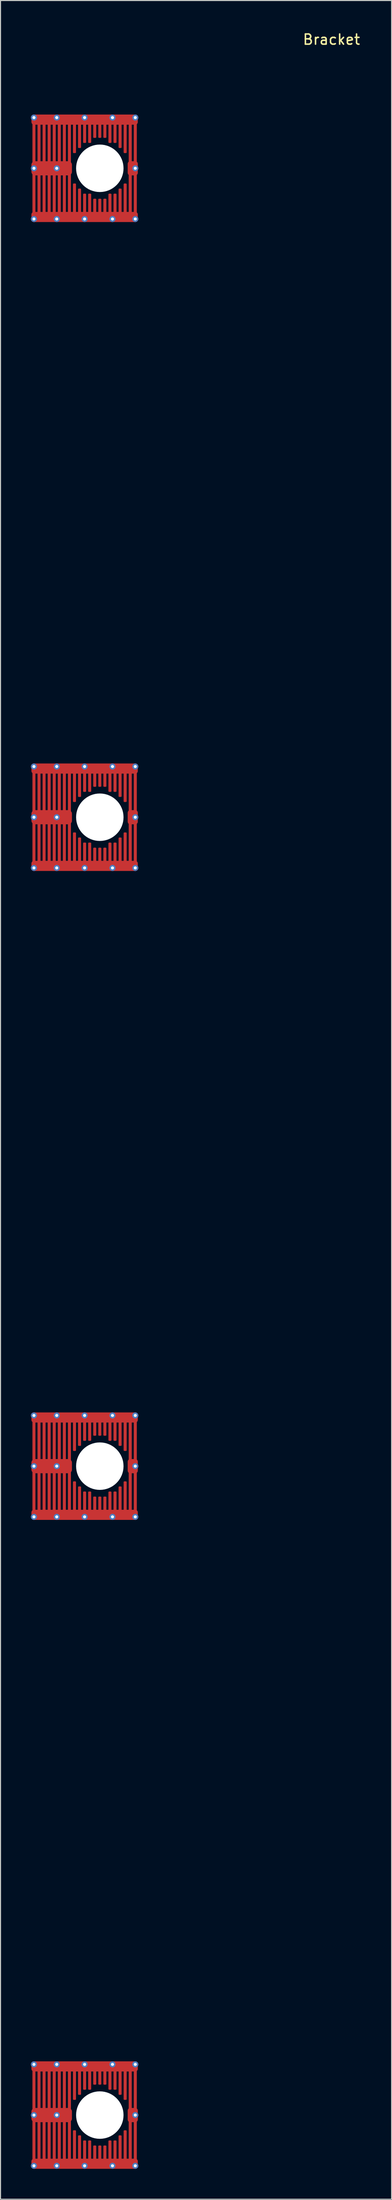
<source format=kicad_pcb>
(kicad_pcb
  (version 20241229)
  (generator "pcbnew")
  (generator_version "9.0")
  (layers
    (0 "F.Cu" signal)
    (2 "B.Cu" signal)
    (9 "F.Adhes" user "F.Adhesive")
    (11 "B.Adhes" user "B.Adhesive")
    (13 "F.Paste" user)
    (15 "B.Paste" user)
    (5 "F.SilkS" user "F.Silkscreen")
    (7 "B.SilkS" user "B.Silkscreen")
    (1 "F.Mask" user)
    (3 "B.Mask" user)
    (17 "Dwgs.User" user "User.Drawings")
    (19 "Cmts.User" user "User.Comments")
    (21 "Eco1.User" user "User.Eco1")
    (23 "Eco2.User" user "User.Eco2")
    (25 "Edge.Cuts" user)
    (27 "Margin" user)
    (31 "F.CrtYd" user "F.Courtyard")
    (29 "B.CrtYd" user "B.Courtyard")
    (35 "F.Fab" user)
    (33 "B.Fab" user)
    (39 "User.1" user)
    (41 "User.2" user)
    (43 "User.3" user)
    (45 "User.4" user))
  (footprint "Bracket"
    (layer "F.Cu")
    (at 6.8 13.548)
    (property "Reference" "Bracket" (at 22.86 -12.7 0) (unlocked yes) (layer "F.SilkS") (effects (font (size 1 1) (thickness 0.15))))
    (attr through_hole)
    (pad "" np_thru_hole circle (at 0 0) (size 4.68 4.68) (drill 4.68) (layers "*.Cu" "*.Mask"))
    (pad "" np_thru_hole circle (at 0 64) (size 4.68 4.68) (drill 4.68) (layers "*.Cu" "*.Mask"))
    (pad "" np_thru_hole circle (at 0 128) (size 4.68 4.68) (drill 4.68) (layers "*.Cu" "*.Mask"))
    (pad "" np_thru_hole circle (at 0 192) (size 4.68 4.68) (drill 4.68) (layers "*.Cu" "*.Mask"))
    (pad "1" thru_hole circle (at -6.5 -5) (size 0.6 0.6) (drill 0.3) (layers "*.Cu" "*.Mask"))
    (pad "1" smd roundrect (at -6.5 -2.5) (size 0.3 4) (layers "F.Cu" "F.Mask") (roundrect_rratio 0.25))
    (pad "1" thru_hole circle (at -6.5 0) (size 0.6 0.6) (drill 0.3) (layers "*.Cu" "*.Mask"))
    (pad "1" smd roundrect (at -6.5 2.5 180) (size 0.3 4) (layers "F.Cu" "F.Mask") (roundrect_rratio 0.25))
    (pad "1" thru_hole circle (at -6.5 5) (size 0.6 0.6) (drill 0.3) (layers "*.Cu" "*.Mask"))
    (pad "1" thru_hole circle (at -6.5 59) (size 0.6 0.6) (drill 0.3) (layers "*.Cu" "*.Mask"))
    (pad "1" smd roundrect (at -6.5 61.5) (size 0.3 4) (layers "F.Cu" "F.Mask") (roundrect_rratio 0.25))
    (pad "1" thru_hole circle (at -6.5 64) (size 0.6 0.6) (drill 0.3) (layers "*.Cu" "*.Mask"))
    (pad "1" smd roundrect (at -6.5 66.5 180) (size 0.3 4) (layers "F.Cu" "F.Mask") (roundrect_rratio 0.25))
    (pad "1" thru_hole circle (at -6.5 69) (size 0.6 0.6) (drill 0.3) (layers "*.Cu" "*.Mask"))
    (pad "1" thru_hole circle (at -6.5 123) (size 0.6 0.6) (drill 0.3) (layers "*.Cu" "*.Mask"))
    (pad "1" smd roundrect (at -6.5 125.5) (size 0.3 4) (layers "F.Cu" "F.Mask") (roundrect_rratio 0.25))
    (pad "1" thru_hole circle (at -6.5 128) (size 0.6 0.6) (drill 0.3) (layers "*.Cu" "*.Mask"))
    (pad "1" smd roundrect (at -6.5 130.5 180) (size 0.3 4) (layers "F.Cu" "F.Mask") (roundrect_rratio 0.25))
    (pad "1" thru_hole circle (at -6.5 133) (size 0.6 0.6) (drill 0.3) (layers "*.Cu" "*.Mask"))
    (pad "1" thru_hole circle (at -6.5 187) (size 0.6 0.6) (drill 0.3) (layers "*.Cu" "*.Mask"))
    (pad "1" smd roundrect (at -6.5 189.5) (size 0.3 4) (layers "F.Cu" "F.Mask") (roundrect_rratio 0.25))
    (pad "1" thru_hole circle (at -6.5 192) (size 0.6 0.6) (drill 0.3) (layers "*.Cu" "*.Mask"))
    (pad "1" smd roundrect (at -6.5 194.5 180) (size 0.3 4) (layers "F.Cu" "F.Mask") (roundrect_rratio 0.25))
    (pad "1" thru_hole circle (at -6.5 197) (size 0.6 0.6) (drill 0.3) (layers "*.Cu" "*.Mask"))
    (pad "1" smd roundrect (at -6 -2.5) (size 0.3 4) (layers "F.Cu" "F.Mask") (roundrect_rratio 0.25))
    (pad "1" smd roundrect (at -6 2.5 180) (size 0.3 4) (layers "F.Cu" "F.Mask") (roundrect_rratio 0.25))
    (pad "1" smd roundrect (at -6 61.5) (size 0.3 4) (layers "F.Cu" "F.Mask") (roundrect_rratio 0.25))
    (pad "1" smd roundrect (at -6 66.5 180) (size 0.3 4) (layers "F.Cu" "F.Mask") (roundrect_rratio 0.25))
    (pad "1" smd roundrect (at -6 125.5) (size 0.3 4) (layers "F.Cu" "F.Mask") (roundrect_rratio 0.25))
    (pad "1" smd roundrect (at -6 130.5 180) (size 0.3 4) (layers "F.Cu" "F.Mask") (roundrect_rratio 0.25))
    (pad "1" smd roundrect (at -6 189.5) (size 0.3 4) (layers "F.Cu" "F.Mask") (roundrect_rratio 0.25))
    (pad "1" smd roundrect (at -6 194.5 180) (size 0.3 4) (layers "F.Cu" "F.Mask") (roundrect_rratio 0.25))
    (pad "1" smd roundrect (at -5.5 -2.5) (size 0.3 4) (layers "F.Cu" "F.Mask") (roundrect_rratio 0.25))
    (pad "1" smd roundrect (at -5.5 2.5 180) (size 0.3 4) (layers "F.Cu" "F.Mask") (roundrect_rratio 0.25))
    (pad "1" smd roundrect (at -5.5 61.5) (size 0.3 4) (layers "F.Cu" "F.Mask") (roundrect_rratio 0.25))
    (pad "1" smd roundrect (at -5.5 66.5 180) (size 0.3 4) (layers "F.Cu" "F.Mask") (roundrect_rratio 0.25))
    (pad "1" smd roundrect (at -5.5 125.5) (size 0.3 4) (layers "F.Cu" "F.Mask") (roundrect_rratio 0.25))
    (pad "1" smd roundrect (at -5.5 130.5 180) (size 0.3 4) (layers "F.Cu" "F.Mask") (roundrect_rratio 0.25))
    (pad "1" smd roundrect (at -5.5 189.5) (size 0.3 4) (layers "F.Cu" "F.Mask") (roundrect_rratio 0.25))
    (pad "1" smd roundrect (at -5.5 194.5 180) (size 0.3 4) (layers "F.Cu" "F.Mask") (roundrect_rratio 0.25))
    (pad "1" smd roundrect (at -5 -2.5) (size 0.3 4) (layers "F.Cu" "F.Mask") (roundrect_rratio 0.25))
    (pad "1" smd roundrect (at -5 2.5 180) (size 0.3 4) (layers "F.Cu" "F.Mask") (roundrect_rratio 0.25))
    (pad "1" smd roundrect (at -5 61.5) (size 0.3 4) (layers "F.Cu" "F.Mask") (roundrect_rratio 0.25))
    (pad "1" smd roundrect (at -5 66.5 180) (size 0.3 4) (layers "F.Cu" "F.Mask") (roundrect_rratio 0.25))
    (pad "1" smd roundrect (at -5 125.5) (size 0.3 4) (layers "F.Cu" "F.Mask") (roundrect_rratio 0.25))
    (pad "1" smd roundrect (at -5 130.5 180) (size 0.3 4) (layers "F.Cu" "F.Mask") (roundrect_rratio 0.25))
    (pad "1" smd roundrect (at -5 189.5) (size 0.3 4) (layers "F.Cu" "F.Mask") (roundrect_rratio 0.25))
    (pad "1" smd roundrect (at -5 194.5 180) (size 0.3 4) (layers "F.Cu" "F.Mask") (roundrect_rratio 0.25))
    (pad "1" smd roundrect (at -4.75 0 180) (size 4 1.4) (layers "F.Cu") (roundrect_rratio 0.25))
    (pad "1" smd roundrect (at -4.75 64 180) (size 4 1.4) (layers "F.Cu") (roundrect_rratio 0.25))
    (pad "1" smd roundrect (at -4.75 128 180) (size 4 1.4) (layers "F.Cu") (roundrect_rratio 0.25))
    (pad "1" smd roundrect (at -4.75 192 180) (size 4 1.4) (layers "F.Cu") (roundrect_rratio 0.25))
    (pad "1" smd roundrect (at -4.5 -2.5) (size 0.3 4) (layers "F.Cu" "F.Mask") (roundrect_rratio 0.25))
    (pad "1" smd roundrect (at -4.5 2.5 180) (size 0.3 4) (layers "F.Cu" "F.Mask") (roundrect_rratio 0.25))
    (pad "1" smd roundrect (at -4.5 61.5) (size 0.3 4) (layers "F.Cu" "F.Mask") (roundrect_rratio 0.25))
    (pad "1" smd roundrect (at -4.5 66.5 180) (size 0.3 4) (layers "F.Cu" "F.Mask") (roundrect_rratio 0.25))
    (pad "1" smd roundrect (at -4.5 125.5) (size 0.3 4) (layers "F.Cu" "F.Mask") (roundrect_rratio 0.25))
    (pad "1" smd roundrect (at -4.5 130.5 180) (size 0.3 4) (layers "F.Cu" "F.Mask") (roundrect_rratio 0.25))
    (pad "1" smd roundrect (at -4.5 189.5) (size 0.3 4) (layers "F.Cu" "F.Mask") (roundrect_rratio 0.25))
    (pad "1" smd roundrect (at -4.5 194.5 180) (size 0.3 4) (layers "F.Cu" "F.Mask") (roundrect_rratio 0.25))
    (pad "1" thru_hole circle (at -4.25 -5) (size 0.6 0.6) (drill 0.3) (layers "*.Cu" "*.Mask"))
    (pad "1" thru_hole circle (at -4.25 0) (size 0.6 0.6) (drill 0.3) (layers "*.Cu" "*.Mask"))
    (pad "1" thru_hole circle (at -4.25 5) (size 0.6 0.6) (drill 0.3) (layers "*.Cu" "*.Mask"))
    (pad "1" thru_hole circle (at -4.25 59) (size 0.6 0.6) (drill 0.3) (layers "*.Cu" "*.Mask"))
    (pad "1" thru_hole circle (at -4.25 64) (size 0.6 0.6) (drill 0.3) (layers "*.Cu" "*.Mask"))
    (pad "1" thru_hole circle (at -4.25 69) (size 0.6 0.6) (drill 0.3) (layers "*.Cu" "*.Mask"))
    (pad "1" thru_hole circle (at -4.25 123) (size 0.6 0.6) (drill 0.3) (layers "*.Cu" "*.Mask"))
    (pad "1" thru_hole circle (at -4.25 128) (size 0.6 0.6) (drill 0.3) (layers "*.Cu" "*.Mask"))
    (pad "1" thru_hole circle (at -4.25 133) (size 0.6 0.6) (drill 0.3) (layers "*.Cu" "*.Mask"))
    (pad "1" thru_hole circle (at -4.25 187) (size 0.6 0.6) (drill 0.3) (layers "*.Cu" "*.Mask"))
    (pad "1" thru_hole circle (at -4.25 192) (size 0.6 0.6) (drill 0.3) (layers "*.Cu" "*.Mask"))
    (pad "1" thru_hole circle (at -4.25 197) (size 0.6 0.6) (drill 0.3) (layers "*.Cu" "*.Mask"))
    (pad "1" smd roundrect (at -4 -2.5) (size 0.3 4) (layers "F.Cu" "F.Mask") (roundrect_rratio 0.25))
    (pad "1" smd roundrect (at -4 2.5 180) (size 0.3 4) (layers "F.Cu" "F.Mask") (roundrect_rratio 0.25))
    (pad "1" smd roundrect (at -4 61.5) (size 0.3 4) (layers "F.Cu" "F.Mask") (roundrect_rratio 0.25))
    (pad "1" smd roundrect (at -4 66.5 180) (size 0.3 4) (layers "F.Cu" "F.Mask") (roundrect_rratio 0.25))
    (pad "1" smd roundrect (at -4 125.5) (size 0.3 4) (layers "F.Cu" "F.Mask") (roundrect_rratio 0.25))
    (pad "1" smd roundrect (at -4 130.5 180) (size 0.3 4) (layers "F.Cu" "F.Mask") (roundrect_rratio 0.25))
    (pad "1" smd roundrect (at -4 189.5) (size 0.3 4) (layers "F.Cu" "F.Mask") (roundrect_rratio 0.25))
    (pad "1" smd roundrect (at -4 194.5 180) (size 0.3 4) (layers "F.Cu" "F.Mask") (roundrect_rratio 0.25))
    (pad "1" smd roundrect (at -3.5 -2.5) (size 0.3 4) (layers "F.Cu" "F.Mask") (roundrect_rratio 0.25))
    (pad "1" smd roundrect (at -3.5 2.5 180) (size 0.3 4) (layers "F.Cu" "F.Mask") (roundrect_rratio 0.25))
    (pad "1" smd roundrect (at -3.5 61.5) (size 0.3 4) (layers "F.Cu" "F.Mask") (roundrect_rratio 0.25))
    (pad "1" smd roundrect (at -3.5 66.5 180) (size 0.3 4) (layers "F.Cu" "F.Mask") (roundrect_rratio 0.25))
    (pad "1" smd roundrect (at -3.5 125.5) (size 0.3 4) (layers "F.Cu" "F.Mask") (roundrect_rratio 0.25))
    (pad "1" smd roundrect (at -3.5 130.5 180) (size 0.3 4) (layers "F.Cu" "F.Mask") (roundrect_rratio 0.25))
    (pad "1" smd roundrect (at -3.5 189.5) (size 0.3 4) (layers "F.Cu" "F.Mask") (roundrect_rratio 0.25))
    (pad "1" smd roundrect (at -3.5 194.5 180) (size 0.3 4) (layers "F.Cu" "F.Mask") (roundrect_rratio 0.25))
    (pad "1" smd roundrect (at -3 -2.5) (size 0.3 4) (layers "F.Cu" "F.Mask") (roundrect_rratio 0.25))
    (pad "1" smd roundrect (at -3 2.5 180) (size 0.3 4) (layers "F.Cu" "F.Mask") (roundrect_rratio 0.25))
    (pad "1" smd roundrect (at -3 61.5) (size 0.3 4) (layers "F.Cu" "F.Mask") (roundrect_rratio 0.25))
    (pad "1" smd roundrect (at -3 66.5 180) (size 0.3 4) (layers "F.Cu" "F.Mask") (roundrect_rratio 0.25))
    (pad "1" smd roundrect (at -3 125.5) (size 0.3 4) (layers "F.Cu" "F.Mask") (roundrect_rratio 0.25))
    (pad "1" smd roundrect (at -3 130.5 180) (size 0.3 4) (layers "F.Cu" "F.Mask") (roundrect_rratio 0.25))
    (pad "1" smd roundrect (at -3 189.5) (size 0.3 4) (layers "F.Cu" "F.Mask") (roundrect_rratio 0.25))
    (pad "1" smd roundrect (at -3 194.5 180) (size 0.3 4) (layers "F.Cu" "F.Mask") (roundrect_rratio 0.25))
    (pad "1" smd roundrect (at -2.5 -3 180) (size 0.3 3) (layers "F.Cu" "F.Mask") (roundrect_rratio 0.25))
    (pad "1" smd roundrect (at -2.5 3) (size 0.3 3) (layers "F.Cu" "F.Mask") (roundrect_rratio 0.25))
    (pad "1" smd roundrect (at -2.5 61 180) (size 0.3 3) (layers "F.Cu" "F.Mask") (roundrect_rratio 0.25))
    (pad "1" smd roundrect (at -2.5 67) (size 0.3 3) (layers "F.Cu" "F.Mask") (roundrect_rratio 0.25))
    (pad "1" smd roundrect (at -2.5 125 180) (size 0.3 3) (layers "F.Cu" "F.Mask") (roundrect_rratio 0.25))
    (pad "1" smd roundrect (at -2.5 131) (size 0.3 3) (layers "F.Cu" "F.Mask") (roundrect_rratio 0.25))
    (pad "1" smd roundrect (at -2.5 189 180) (size 0.3 3) (layers "F.Cu" "F.Mask") (roundrect_rratio 0.25))
    (pad "1" smd roundrect (at -2.5 195) (size 0.3 3) (layers "F.Cu" "F.Mask") (roundrect_rratio 0.25))
    (pad "1" smd roundrect (at -2 -3.25 180) (size 0.3 2.5) (layers "F.Cu" "F.Mask") (roundrect_rratio 0.25))
    (pad "1" smd roundrect (at -2 3.25) (size 0.3 2.5) (layers "F.Cu" "F.Mask") (roundrect_rratio 0.25))
    (pad "1" smd roundrect (at -2 60.75 180) (size 0.3 2.5) (layers "F.Cu" "F.Mask") (roundrect_rratio 0.25))
    (pad "1" smd roundrect (at -2 67.25) (size 0.3 2.5) (layers "F.Cu" "F.Mask") (roundrect_rratio 0.25))
    (pad "1" smd roundrect (at -2 124.75 180) (size 0.3 2.5) (layers "F.Cu" "F.Mask") (roundrect_rratio 0.25))
    (pad "1" smd roundrect (at -2 131.25) (size 0.3 2.5) (layers "F.Cu" "F.Mask") (roundrect_rratio 0.25))
    (pad "1" smd roundrect (at -2 188.75 180) (size 0.3 2.5) (layers "F.Cu" "F.Mask") (roundrect_rratio 0.25))
    (pad "1" smd roundrect (at -2 195.25) (size 0.3 2.5) (layers "F.Cu" "F.Mask") (roundrect_rratio 0.25))
    (pad "1" thru_hole circle (at -1.5 -5) (size 0.6 0.6) (drill 0.3) (layers "*.Cu" "*.Mask"))
    (pad "1" smd roundrect (at -1.5 -5) (size 10.5 1) (drill (offset 0 0.2)) (layers "F.Cu") (roundrect_rratio 0.25))
    (pad "1" smd roundrect (at -1.5 -3.5 180) (size 0.3 2) (layers "F.Cu" "F.Mask") (roundrect_rratio 0.25))
    (pad "1" smd roundrect (at -1.5 3.5) (size 0.3 2) (layers "F.Cu" "F.Mask") (roundrect_rratio 0.25))
    (pad "1" thru_hole circle (at -1.5 5) (size 0.6 0.6) (drill 0.3) (layers "*.Cu" "*.Mask"))
    (pad "1" smd roundrect (at -1.5 5 180) (size 10.5 1) (drill (offset 0 0.2)) (layers "F.Cu") (roundrect_rratio 0.25))
    (pad "1" thru_hole circle (at -1.5 59) (size 0.6 0.6) (drill 0.3) (layers "*.Cu" "*.Mask"))
    (pad "1" smd roundrect (at -1.5 59) (size 10.5 1) (drill (offset 0 0.2)) (layers "F.Cu") (roundrect_rratio 0.25))
    (pad "1" smd roundrect (at -1.5 60.5 180) (size 0.3 2) (layers "F.Cu" "F.Mask") (roundrect_rratio 0.25))
    (pad "1" smd roundrect (at -1.5 67.5) (size 0.3 2) (layers "F.Cu" "F.Mask") (roundrect_rratio 0.25))
    (pad "1" thru_hole circle (at -1.5 69) (size 0.6 0.6) (drill 0.3) (layers "*.Cu" "*.Mask"))
    (pad "1" smd roundrect (at -1.5 69 180) (size 10.5 1) (drill (offset 0 0.2)) (layers "F.Cu") (roundrect_rratio 0.25))
    (pad "1" thru_hole circle (at -1.5 123) (size 0.6 0.6) (drill 0.3) (layers "*.Cu" "*.Mask"))
    (pad "1" smd roundrect (at -1.5 123) (size 10.5 1) (drill (offset 0 0.2)) (layers "F.Cu") (roundrect_rratio 0.25))
    (pad "1" smd roundrect (at -1.5 124.5 180) (size 0.3 2) (layers "F.Cu" "F.Mask") (roundrect_rratio 0.25))
    (pad "1" smd roundrect (at -1.5 131.5) (size 0.3 2) (layers "F.Cu" "F.Mask") (roundrect_rratio 0.25))
    (pad "1" thru_hole circle (at -1.5 133) (size 0.6 0.6) (drill 0.3) (layers "*.Cu" "*.Mask"))
    (pad "1" smd roundrect (at -1.5 133 180) (size 10.5 1) (drill (offset 0 0.2)) (layers "F.Cu") (roundrect_rratio 0.25))
    (pad "1" thru_hole circle (at -1.5 187) (size 0.6 0.6) (drill 0.3) (layers "*.Cu" "*.Mask"))
    (pad "1" smd roundrect (at -1.5 187) (size 10.5 1) (drill (offset 0 0.2)) (layers "F.Cu") (roundrect_rratio 0.25))
    (pad "1" smd roundrect (at -1.5 188.5 180) (size 0.3 2) (layers "F.Cu" "F.Mask") (roundrect_rratio 0.25))
    (pad "1" smd roundrect (at -1.5 195.5) (size 0.3 2) (layers "F.Cu" "F.Mask") (roundrect_rratio 0.25))
    (pad "1" thru_hole circle (at -1.5 197) (size 0.6 0.6) (drill 0.3) (layers "*.Cu" "*.Mask"))
    (pad "1" smd roundrect (at -1.5 197 180) (size 10.5 1) (drill (offset 0 0.2)) (layers "F.Cu") (roundrect_rratio 0.25))
    (pad "1" smd roundrect (at -1 -3.5 180) (size 0.3 2) (layers "F.Cu" "F.Mask") (roundrect_rratio 0.25))
    (pad "1" smd roundrect (at -1 3.5) (size 0.3 2) (layers "F.Cu" "F.Mask") (roundrect_rratio 0.25))
    (pad "1" smd roundrect (at -1 60.5 180) (size 0.3 2) (layers "F.Cu" "F.Mask") (roundrect_rratio 0.25))
    (pad "1" smd roundrect (at -1 67.5) (size 0.3 2) (layers "F.Cu" "F.Mask") (roundrect_rratio 0.25))
    (pad "1" smd roundrect (at -1 124.5 180) (size 0.3 2) (layers "F.Cu" "F.Mask") (roundrect_rratio 0.25))
    (pad "1" smd roundrect (at -1 131.5) (size 0.3 2) (layers "F.Cu" "F.Mask") (roundrect_rratio 0.25))
    (pad "1" smd roundrect (at -1 188.5 180) (size 0.3 2) (layers "F.Cu" "F.Mask") (roundrect_rratio 0.25))
    (pad "1" smd roundrect (at -1 195.5) (size 0.3 2) (layers "F.Cu" "F.Mask") (roundrect_rratio 0.25))
    (pad "1" smd roundrect (at -0.5 -3.75 180) (size 0.3 1.5) (layers "F.Cu" "F.Mask") (roundrect_rratio 0.25))
    (pad "1" smd roundrect (at -0.5 3.75) (size 0.3 1.5) (layers "F.Cu" "F.Mask") (roundrect_rratio 0.25))
    (pad "1" smd roundrect (at -0.5 60.25 180) (size 0.3 1.5) (layers "F.Cu" "F.Mask") (roundrect_rratio 0.25))
    (pad "1" smd roundrect (at -0.5 67.75) (size 0.3 1.5) (layers "F.Cu" "F.Mask") (roundrect_rratio 0.25))
    (pad "1" smd roundrect (at -0.5 124.25 180) (size 0.3 1.5) (layers "F.Cu" "F.Mask") (roundrect_rratio 0.25))
    (pad "1" smd roundrect (at -0.5 131.75) (size 0.3 1.5) (layers "F.Cu" "F.Mask") (roundrect_rratio 0.25))
    (pad "1" smd roundrect (at -0.5 188.25 180) (size 0.3 1.5) (layers "F.Cu" "F.Mask") (roundrect_rratio 0.25))
    (pad "1" smd roundrect (at -0.5 195.75) (size 0.3 1.5) (layers "F.Cu" "F.Mask") (roundrect_rratio 0.25))
    (pad "1" smd roundrect (at 0 -3.75 180) (size 0.3 1.5) (layers "F.Cu" "F.Mask") (roundrect_rratio 0.25))
    (pad "1" smd roundrect (at 0 3.75) (size 0.3 1.5) (layers "F.Cu" "F.Mask") (roundrect_rratio 0.25))
    (pad "1" smd roundrect (at 0 60.25 180) (size 0.3 1.5) (layers "F.Cu" "F.Mask") (roundrect_rratio 0.25))
    (pad "1" smd roundrect (at 0 67.75) (size 0.3 1.5) (layers "F.Cu" "F.Mask") (roundrect_rratio 0.25))
    (pad "1" smd roundrect (at 0 124.25 180) (size 0.3 1.5) (layers "F.Cu" "F.Mask") (roundrect_rratio 0.25))
    (pad "1" smd roundrect (at 0 131.75) (size 0.3 1.5) (layers "F.Cu" "F.Mask") (roundrect_rratio 0.25))
    (pad "1" smd roundrect (at 0 188.25 180) (size 0.3 1.5) (layers "F.Cu" "F.Mask") (roundrect_rratio 0.25))
    (pad "1" smd roundrect (at 0 195.75) (size 0.3 1.5) (layers "F.Cu" "F.Mask") (roundrect_rratio 0.25))
    (pad "1" smd roundrect (at 0.5 -3.75 180) (size 0.3 1.5) (layers "F.Cu" "F.Mask") (roundrect_rratio 0.25))
    (pad "1" smd roundrect (at 0.5 3.75) (size 0.3 1.5) (layers "F.Cu" "F.Mask") (roundrect_rratio 0.25))
    (pad "1" smd roundrect (at 0.5 60.25 180) (size 0.3 1.5) (layers "F.Cu" "F.Mask") (roundrect_rratio 0.25))
    (pad "1" smd roundrect (at 0.5 67.75) (size 0.3 1.5) (layers "F.Cu" "F.Mask") (roundrect_rratio 0.25))
    (pad "1" smd roundrect (at 0.5 124.25 180) (size 0.3 1.5) (layers "F.Cu" "F.Mask") (roundrect_rratio 0.25))
    (pad "1" smd roundrect (at 0.5 131.75) (size 0.3 1.5) (layers "F.Cu" "F.Mask") (roundrect_rratio 0.25))
    (pad "1" smd roundrect (at 0.5 188.25 180) (size 0.3 1.5) (layers "F.Cu" "F.Mask") (roundrect_rratio 0.25))
    (pad "1" smd roundrect (at 0.5 195.75) (size 0.3 1.5) (layers "F.Cu" "F.Mask") (roundrect_rratio 0.25))
    (pad "1" smd roundrect (at 1 -3.5 180) (size 0.3 2) (layers "F.Cu" "F.Mask") (roundrect_rratio 0.25))
    (pad "1" smd roundrect (at 1 3.5) (size 0.3 2) (layers "F.Cu" "F.Mask") (roundrect_rratio 0.25))
    (pad "1" smd roundrect (at 1 60.5 180) (size 0.3 2) (layers "F.Cu" "F.Mask") (roundrect_rratio 0.25))
    (pad "1" smd roundrect (at 1 67.5) (size 0.3 2) (layers "F.Cu" "F.Mask") (roundrect_rratio 0.25))
    (pad "1" smd roundrect (at 1 124.5 180) (size 0.3 2) (layers "F.Cu" "F.Mask") (roundrect_rratio 0.25))
    (pad "1" smd roundrect (at 1 131.5) (size 0.3 2) (layers "F.Cu" "F.Mask") (roundrect_rratio 0.25))
    (pad "1" smd roundrect (at 1 188.5 180) (size 0.3 2) (layers "F.Cu" "F.Mask") (roundrect_rratio 0.25))
    (pad "1" smd roundrect (at 1 195.5) (size 0.3 2) (layers "F.Cu" "F.Mask") (roundrect_rratio 0.25))
    (pad "1" thru_hole circle (at 1.25 -5) (size 0.6 0.6) (drill 0.3) (layers "*.Cu" "*.Mask"))
    (pad "1" thru_hole circle (at 1.25 5) (size 0.6 0.6) (drill 0.3) (layers "*.Cu" "*.Mask"))
    (pad "1" thru_hole circle (at 1.25 59) (size 0.6 0.6) (drill 0.3) (layers "*.Cu" "*.Mask"))
    (pad "1" thru_hole circle (at 1.25 69) (size 0.6 0.6) (drill 0.3) (layers "*.Cu" "*.Mask"))
    (pad "1" thru_hole circle (at 1.25 123) (size 0.6 0.6) (drill 0.3) (layers "*.Cu" "*.Mask"))
    (pad "1" thru_hole circle (at 1.25 133) (size 0.6 0.6) (drill 0.3) (layers "*.Cu" "*.Mask"))
    (pad "1" thru_hole circle (at 1.25 187) (size 0.6 0.6) (drill 0.3) (layers "*.Cu" "*.Mask"))
    (pad "1" thru_hole circle (at 1.25 197) (size 0.6 0.6) (drill 0.3) (layers "*.Cu" "*.Mask"))
    (pad "1" smd roundrect (at 1.5 -3.5 180) (size 0.3 2) (layers "F.Cu" "F.Mask") (roundrect_rratio 0.25))
    (pad "1" smd roundrect (at 1.5 3.5) (size 0.3 2) (layers "F.Cu" "F.Mask") (roundrect_rratio 0.25))
    (pad "1" smd roundrect (at 1.5 60.5 180) (size 0.3 2) (layers "F.Cu" "F.Mask") (roundrect_rratio 0.25))
    (pad "1" smd roundrect (at 1.5 67.5) (size 0.3 2) (layers "F.Cu" "F.Mask") (roundrect_rratio 0.25))
    (pad "1" smd roundrect (at 1.5 124.5 180) (size 0.3 2) (layers "F.Cu" "F.Mask") (roundrect_rratio 0.25))
    (pad "1" smd roundrect (at 1.5 131.5) (size 0.3 2) (layers "F.Cu" "F.Mask") (roundrect_rratio 0.25))
    (pad "1" smd roundrect (at 1.5 188.5 180) (size 0.3 2) (layers "F.Cu" "F.Mask") (roundrect_rratio 0.25))
    (pad "1" smd roundrect (at 1.5 195.5) (size 0.3 2) (layers "F.Cu" "F.Mask") (roundrect_rratio 0.25))
    (pad "1" smd roundrect (at 2 -3.25 180) (size 0.3 2.5) (layers "F.Cu" "F.Mask") (roundrect_rratio 0.25))
    (pad "1" smd roundrect (at 2 3.25) (size 0.3 2.5) (layers "F.Cu" "F.Mask") (roundrect_rratio 0.25))
    (pad "1" smd roundrect (at 2 60.75 180) (size 0.3 2.5) (layers "F.Cu" "F.Mask") (roundrect_rratio 0.25))
    (pad "1" smd roundrect (at 2 67.25) (size 0.3 2.5) (layers "F.Cu" "F.Mask") (roundrect_rratio 0.25))
    (pad "1" smd roundrect (at 2 124.75 180) (size 0.3 2.5) (layers "F.Cu" "F.Mask") (roundrect_rratio 0.25))
    (pad "1" smd roundrect (at 2 131.25) (size 0.3 2.5) (layers "F.Cu" "F.Mask") (roundrect_rratio 0.25))
    (pad "1" smd roundrect (at 2 188.75 180) (size 0.3 2.5) (layers "F.Cu" "F.Mask") (roundrect_rratio 0.25))
    (pad "1" smd roundrect (at 2 195.25) (size 0.3 2.5) (layers "F.Cu" "F.Mask") (roundrect_rratio 0.25))
    (pad "1" smd roundrect (at 2.5 -3 180) (size 0.3 3) (layers "F.Cu" "F.Mask") (roundrect_rratio 0.25))
    (pad "1" smd roundrect (at 2.5 3) (size 0.3 3) (layers "F.Cu" "F.Mask") (roundrect_rratio 0.25))
    (pad "1" smd roundrect (at 2.5 61 180) (size 0.3 3) (layers "F.Cu" "F.Mask") (roundrect_rratio 0.25))
    (pad "1" smd roundrect (at 2.5 67) (size 0.3 3) (layers "F.Cu" "F.Mask") (roundrect_rratio 0.25))
    (pad "1" smd roundrect (at 2.5 125 180) (size 0.3 3) (layers "F.Cu" "F.Mask") (roundrect_rratio 0.25))
    (pad "1" smd roundrect (at 2.5 131) (size 0.3 3) (layers "F.Cu" "F.Mask") (roundrect_rratio 0.25))
    (pad "1" smd roundrect (at 2.5 189 180) (size 0.3 3) (layers "F.Cu" "F.Mask") (roundrect_rratio 0.25))
    (pad "1" smd roundrect (at 2.5 195) (size 0.3 3) (layers "F.Cu" "F.Mask") (roundrect_rratio 0.25))
    (pad "1" smd roundrect (at 3 -2.5) (size 0.3 4) (layers "F.Cu" "F.Mask") (roundrect_rratio 0.25))
    (pad "1" smd roundrect (at 3 2.5 180) (size 0.3 4) (layers "F.Cu" "F.Mask") (roundrect_rratio 0.25))
    (pad "1" smd roundrect (at 3 61.5) (size 0.3 4) (layers "F.Cu" "F.Mask") (roundrect_rratio 0.25))
    (pad "1" smd roundrect (at 3 66.5 180) (size 0.3 4) (layers "F.Cu" "F.Mask") (roundrect_rratio 0.25))
    (pad "1" smd roundrect (at 3 125.5) (size 0.3 4) (layers "F.Cu" "F.Mask") (roundrect_rratio 0.25))
    (pad "1" smd roundrect (at 3 130.5 180) (size 0.3 4) (layers "F.Cu" "F.Mask") (roundrect_rratio 0.25))
    (pad "1" smd roundrect (at 3 189.5) (size 0.3 4) (layers "F.Cu" "F.Mask") (roundrect_rratio 0.25))
    (pad "1" smd roundrect (at 3 194.5 180) (size 0.3 4) (layers "F.Cu" "F.Mask") (roundrect_rratio 0.25))
    (pad "1" smd roundrect (at 3.25 0 180) (size 1 1.4) (layers "F.Cu") (roundrect_rratio 0.25))
    (pad "1" smd roundrect (at 3.25 64 180) (size 1 1.4) (layers "F.Cu") (roundrect_rratio 0.25))
    (pad "1" smd roundrect (at 3.25 128 180) (size 1 1.4) (layers "F.Cu") (roundrect_rratio 0.25))
    (pad "1" smd roundrect (at 3.25 192 180) (size 1 1.4) (layers "F.Cu") (roundrect_rratio 0.25))
    (pad "1" thru_hole circle (at 3.5 -5) (size 0.6 0.6) (drill 0.3) (layers "*.Cu" "*.Mask"))
    (pad "1" smd roundrect (at 3.5 -2.5) (size 0.3 4) (layers "F.Cu" "F.Mask") (roundrect_rratio 0.25))
    (pad "1" thru_hole circle (at 3.5 0) (size 0.6 0.6) (drill 0.3) (layers "*.Cu" "*.Mask"))
    (pad "1" smd roundrect (at 3.5 2.5 180) (size 0.3 4) (layers "F.Cu" "F.Mask") (roundrect_rratio 0.25))
    (pad "1" thru_hole circle (at 3.5 5) (size 0.6 0.6) (drill 0.3) (layers "*.Cu" "*.Mask"))
    (pad "1" thru_hole circle (at 3.5 59) (size 0.6 0.6) (drill 0.3) (layers "*.Cu" "*.Mask"))
    (pad "1" smd roundrect (at 3.5 61.5) (size 0.3 4) (layers "F.Cu" "F.Mask") (roundrect_rratio 0.25))
    (pad "1" thru_hole circle (at 3.5 64) (size 0.6 0.6) (drill 0.3) (layers "*.Cu" "*.Mask"))
    (pad "1" smd roundrect (at 3.5 66.5 180) (size 0.3 4) (layers "F.Cu" "F.Mask") (roundrect_rratio 0.25))
    (pad "1" thru_hole circle (at 3.5 69) (size 0.6 0.6) (drill 0.3) (layers "*.Cu" "*.Mask"))
    (pad "1" thru_hole circle (at 3.5 123) (size 0.6 0.6) (drill 0.3) (layers "*.Cu" "*.Mask"))
    (pad "1" smd roundrect (at 3.5 125.5) (size 0.3 4) (layers "F.Cu" "F.Mask") (roundrect_rratio 0.25))
    (pad "1" thru_hole circle (at 3.5 128) (size 0.6 0.6) (drill 0.3) (layers "*.Cu" "*.Mask"))
    (pad "1" smd roundrect (at 3.5 130.5 180) (size 0.3 4) (layers "F.Cu" "F.Mask") (roundrect_rratio 0.25))
    (pad "1" thru_hole circle (at 3.5 133) (size 0.6 0.6) (drill 0.3) (layers "*.Cu" "*.Mask"))
    (pad "1" thru_hole circle (at 3.5 187) (size 0.6 0.6) (drill 0.3) (layers "*.Cu" "*.Mask"))
    (pad "1" smd roundrect (at 3.5 189.5) (size 0.3 4) (layers "F.Cu" "F.Mask") (roundrect_rratio 0.25))
    (pad "1" thru_hole circle (at 3.5 192) (size 0.6 0.6) (drill 0.3) (layers "*.Cu" "*.Mask"))
    (pad "1" smd roundrect (at 3.5 194.5 180) (size 0.3 4) (layers "F.Cu" "F.Mask") (roundrect_rratio 0.25))
    (pad "1" thru_hole circle (at 3.5 197) (size 0.6 0.6) (drill 0.3) (layers "*.Cu" "*.Mask")))
  (gr_rect
    (start -3 -3)
    (end 35.595 213.848)
    (stroke (width 0.1) (type default))
    (fill no)
    (layer "Edge.Cuts")))
</source>
